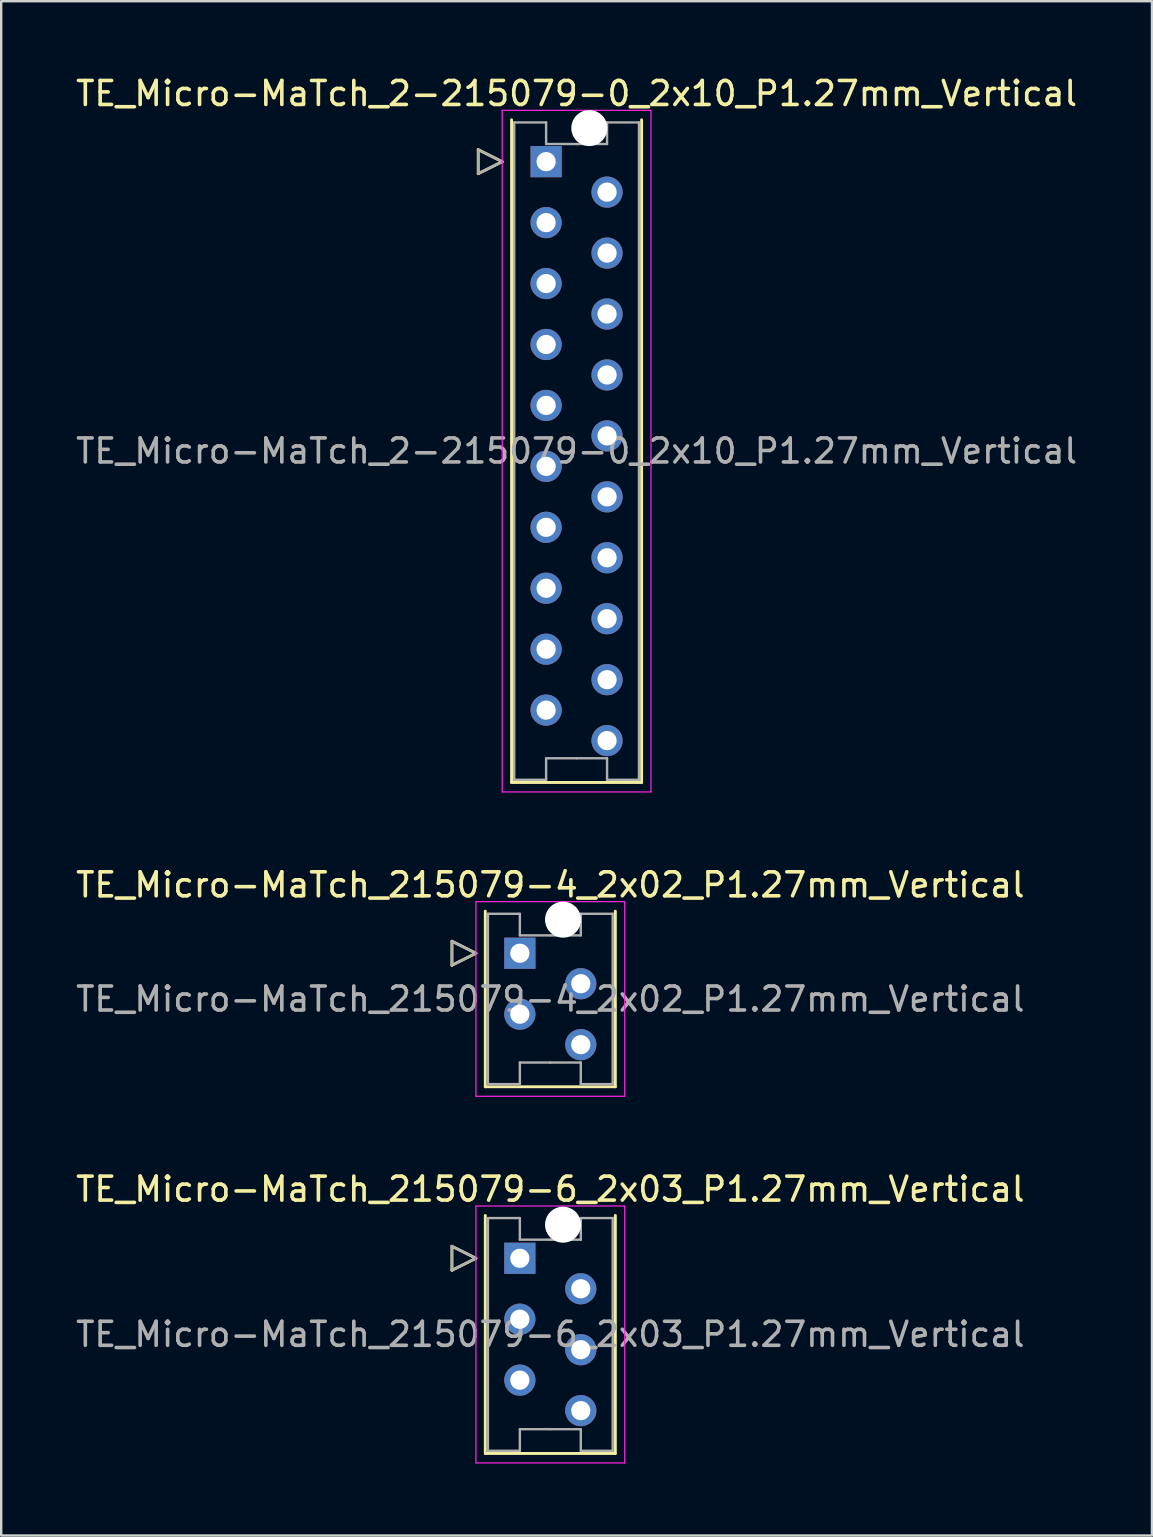
<source format=kicad_pcb>
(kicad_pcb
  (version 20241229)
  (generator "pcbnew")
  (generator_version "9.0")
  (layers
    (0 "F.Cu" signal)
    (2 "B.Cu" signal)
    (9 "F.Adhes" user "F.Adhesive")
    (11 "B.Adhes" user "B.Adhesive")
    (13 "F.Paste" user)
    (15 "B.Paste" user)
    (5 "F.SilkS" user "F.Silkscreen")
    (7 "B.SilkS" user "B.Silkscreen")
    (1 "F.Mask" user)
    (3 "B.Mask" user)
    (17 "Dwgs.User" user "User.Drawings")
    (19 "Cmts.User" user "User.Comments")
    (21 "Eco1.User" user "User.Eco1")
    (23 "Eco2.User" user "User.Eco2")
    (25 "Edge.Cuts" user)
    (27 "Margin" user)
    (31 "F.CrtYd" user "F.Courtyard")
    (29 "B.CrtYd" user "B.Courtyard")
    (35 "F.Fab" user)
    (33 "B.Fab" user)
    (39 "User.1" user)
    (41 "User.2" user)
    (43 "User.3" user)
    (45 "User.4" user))
  (footprint "TE_Micro-MaTch_215079-6_2x03_P1.27mm_Vertical"
    (layer "F.Cu")
    (at 18.617 49.395)
    (property "Reference" "TE_Micro-MaTch_215079-6_2x03_P1.27mm_Vertical" (at 1.27 -2.88 0) (layer "F.SilkS") (effects (font (size 1 1) (thickness 0.15))))
    (attr through_hole)
    (fp_line (start -2.83 -0.5) (end -1.83 0) (stroke (width 0.12) (type solid)) (layer "F.SilkS"))
    (fp_line (start -2.83 0.5) (end -2.83 -0.5) (stroke (width 0.12) (type solid)) (layer "F.SilkS"))
    (fp_line (start -1.83 0) (end -2.83 0.5) (stroke (width 0.12) (type solid)) (layer "F.SilkS"))
    (fp_line (start -1.44 -1.785) (end -1.44 8.135) (stroke (width 0.12) (type solid)) (layer "F.SilkS"))
    (fp_line (start -1.44 8.135) (end 3.98 8.135) (stroke (width 0.12) (type solid)) (layer "F.SilkS"))
    (fp_line (start 3.98 8.135) (end 3.98 -1.785) (stroke (width 0.12) (type solid)) (layer "F.SilkS"))
    (fp_line (start -1.83 -2.18) (end -1.83 8.53) (stroke (width 0.05) (type solid)) (layer "F.CrtYd"))
    (fp_line (start -1.83 8.53) (end 4.37 8.53) (stroke (width 0.05) (type solid)) (layer "F.CrtYd"))
    (fp_line (start 4.37 -2.18) (end -1.83 -2.18) (stroke (width 0.05) (type solid)) (layer "F.CrtYd"))
    (fp_line (start 4.37 8.53) (end 4.37 -2.18) (stroke (width 0.05) (type solid)) (layer "F.CrtYd"))
    (fp_line (start -2.83 -0.5) (end -1.83 0) (stroke (width 0.1) (type solid)) (layer "F.Fab"))
    (fp_line (start -2.83 0.5) (end -2.83 -0.5) (stroke (width 0.1) (type solid)) (layer "F.Fab"))
    (fp_line (start -1.83 0) (end -2.83 0.5) (stroke (width 0.1) (type solid)) (layer "F.Fab"))
    (fp_line (start -1.33 -1.675) (end -1.33 3.175) (stroke (width 0.1) (type solid)) (layer "F.Fab"))
    (fp_line (start -1.33 8.025) (end -1.33 3.175) (stroke (width 0.1) (type solid)) (layer "F.Fab"))
    (fp_line (start 0 -1.675) (end -1.33 -1.675) (stroke (width 0.1) (type solid)) (layer "F.Fab"))
    (fp_line (start 0 -0.775) (end 0 -1.675) (stroke (width 0.1) (type solid)) (layer "F.Fab"))
    (fp_line (start 0 7.125) (end 0 8.025) (stroke (width 0.1) (type solid)) (layer "F.Fab"))
    (fp_line (start 0 8.025) (end -1.33 8.025) (stroke (width 0.1) (type solid)) (layer "F.Fab"))
    (fp_line (start 1.27 -0.775) (end 0 -0.775) (stroke (width 0.1) (type solid)) (layer "F.Fab"))
    (fp_line (start 1.27 -0.775) (end 2.54 -0.775) (stroke (width 0.1) (type solid)) (layer "F.Fab"))
    (fp_line (start 1.27 7.125) (end 0 7.125) (stroke (width 0.1) (type solid)) (layer "F.Fab"))
    (fp_line (start 1.27 7.125) (end 2.54 7.125) (stroke (width 0.1) (type solid)) (layer "F.Fab"))
    (fp_line (start 2.54 -1.675) (end 3.87 -1.675) (stroke (width 0.1) (type solid)) (layer "F.Fab"))
    (fp_line (start 2.54 -0.775) (end 2.54 -1.675) (stroke (width 0.1) (type solid)) (layer "F.Fab"))
    (fp_line (start 2.54 7.125) (end 2.54 8.025) (stroke (width 0.1) (type solid)) (layer "F.Fab"))
    (fp_line (start 2.54 8.025) (end 3.87 8.025) (stroke (width 0.1) (type solid)) (layer "F.Fab"))
    (fp_line (start 3.87 -1.675) (end 3.87 3.175) (stroke (width 0.1) (type solid)) (layer "F.Fab"))
    (fp_line (start 3.87 8.025) (end 3.87 3.175) (stroke (width 0.1) (type solid)) (layer "F.Fab"))
    (fp_text user "${REFERENCE}" (at 1.27 3.17 0) (layer "F.Fab") (effects (font (size 1 1) (thickness 0.15))))
    (pad "" np_thru_hole circle (at 1.8 -1.4) (size 1.5 1.5) (drill 1.5) (layers "*.Cu" "*.Mask"))
    (pad "1" thru_hole rect (at 0 0) (size 1.3 1.3) (drill 0.8) (layers "*.Cu" "*.Mask"))
    (pad "2" thru_hole circle (at 2.54 1.27) (size 1.3 1.3) (drill 0.8) (layers "*.Cu" "*.Mask"))
    (pad "3" thru_hole circle (at 0 2.54) (size 1.3 1.3) (drill 0.8) (layers "*.Cu" "*.Mask"))
    (pad "4" thru_hole circle (at 2.54 3.81) (size 1.3 1.3) (drill 0.8) (layers "*.Cu" "*.Mask"))
    (pad "5" thru_hole circle (at 0 5.08) (size 1.3 1.3) (drill 0.8) (layers "*.Cu" "*.Mask"))
    (pad "6" thru_hole circle (at 2.54 6.35) (size 1.3 1.3) (drill 0.8) (layers "*.Cu" "*.Mask")))
  (footprint "TE_Micro-MaTch_2-215079-0_2x10_P1.27mm_Vertical"
    (layer "F.Cu")
    (at 19.712 3.688)
    (property "Reference" "TE_Micro-MaTch_2-215079-0_2x10_P1.27mm_Vertical" (at 1.27 -2.84 0) (layer "F.SilkS") (effects (font (size 1 1) (thickness 0.15))))
    (attr through_hole)
    (fp_line (start -2.83 -0.5) (end -1.83 0) (stroke (width 0.12) (type solid)) (layer "F.SilkS"))
    (fp_line (start -2.83 0.5) (end -2.83 -0.5) (stroke (width 0.12) (type solid)) (layer "F.SilkS"))
    (fp_line (start -1.83 0) (end -2.83 0.5) (stroke (width 0.12) (type solid)) (layer "F.SilkS"))
    (fp_line (start -1.44 -1.745) (end -1.44 25.875) (stroke (width 0.12) (type solid)) (layer "F.SilkS"))
    (fp_line (start -1.44 25.875) (end 3.98 25.875) (stroke (width 0.12) (type solid)) (layer "F.SilkS"))
    (fp_line (start 3.98 25.875) (end 3.98 -1.745) (stroke (width 0.12) (type solid)) (layer "F.SilkS"))
    (fp_line (start -1.83 -2.14) (end -1.83 26.27) (stroke (width 0.05) (type solid)) (layer "F.CrtYd"))
    (fp_line (start -1.83 26.27) (end 4.37 26.27) (stroke (width 0.05) (type solid)) (layer "F.CrtYd"))
    (fp_line (start 4.37 -2.14) (end -1.83 -2.14) (stroke (width 0.05) (type solid)) (layer "F.CrtYd"))
    (fp_line (start 4.37 26.27) (end 4.37 -2.14) (stroke (width 0.05) (type solid)) (layer "F.CrtYd"))
    (fp_line (start -2.83 -0.5) (end -1.83 0) (stroke (width 0.1) (type solid)) (layer "F.Fab"))
    (fp_line (start -2.83 0.5) (end -2.83 -0.5) (stroke (width 0.1) (type solid)) (layer "F.Fab"))
    (fp_line (start -1.83 0) (end -2.83 0.5) (stroke (width 0.1) (type solid)) (layer "F.Fab"))
    (fp_line (start -1.33 -1.635) (end -1.33 12.065) (stroke (width 0.1) (type solid)) (layer "F.Fab"))
    (fp_line (start -1.33 25.765) (end -1.33 12.065) (stroke (width 0.1) (type solid)) (layer "F.Fab"))
    (fp_line (start 0 -1.635) (end -1.33 -1.635) (stroke (width 0.1) (type solid)) (layer "F.Fab"))
    (fp_line (start 0 -0.735) (end 0 -1.635) (stroke (width 0.1) (type solid)) (layer "F.Fab"))
    (fp_line (start 0 24.865) (end 0 25.765) (stroke (width 0.1) (type solid)) (layer "F.Fab"))
    (fp_line (start 0 25.765) (end -1.33 25.765) (stroke (width 0.1) (type solid)) (layer "F.Fab"))
    (fp_line (start 1.27 -0.735) (end 0 -0.735) (stroke (width 0.1) (type solid)) (layer "F.Fab"))
    (fp_line (start 1.27 -0.735) (end 2.54 -0.735) (stroke (width 0.1) (type solid)) (layer "F.Fab"))
    (fp_line (start 1.27 24.865) (end 0 24.865) (stroke (width 0.1) (type solid)) (layer "F.Fab"))
    (fp_line (start 1.27 24.865) (end 2.54 24.865) (stroke (width 0.1) (type solid)) (layer "F.Fab"))
    (fp_line (start 2.54 -1.635) (end 3.87 -1.635) (stroke (width 0.1) (type solid)) (layer "F.Fab"))
    (fp_line (start 2.54 -0.735) (end 2.54 -1.635) (stroke (width 0.1) (type solid)) (layer "F.Fab"))
    (fp_line (start 2.54 24.865) (end 2.54 25.765) (stroke (width 0.1) (type solid)) (layer "F.Fab"))
    (fp_line (start 2.54 25.765) (end 3.87 25.765) (stroke (width 0.1) (type solid)) (layer "F.Fab"))
    (fp_line (start 3.87 -1.635) (end 3.87 12.065) (stroke (width 0.1) (type solid)) (layer "F.Fab"))
    (fp_line (start 3.87 25.765) (end 3.87 12.065) (stroke (width 0.1) (type solid)) (layer "F.Fab"))
    (fp_text user "${REFERENCE}" (at 1.27 12.06 0) (layer "F.Fab") (effects (font (size 1 1) (thickness 0.15))))
    (pad "" np_thru_hole circle (at 1.8 -1.4) (size 1.5 1.5) (drill 1.5) (layers "*.Cu" "*.Mask"))
    (pad "1" thru_hole rect (at 0 0) (size 1.3 1.3) (drill 0.8) (layers "*.Cu" "*.Mask"))
    (pad "2" thru_hole circle (at 2.54 1.27) (size 1.3 1.3) (drill 0.8) (layers "*.Cu" "*.Mask"))
    (pad "3" thru_hole circle (at 0 2.54) (size 1.3 1.3) (drill 0.8) (layers "*.Cu" "*.Mask"))
    (pad "4" thru_hole circle (at 2.54 3.81) (size 1.3 1.3) (drill 0.8) (layers "*.Cu" "*.Mask"))
    (pad "5" thru_hole circle (at 0 5.08) (size 1.3 1.3) (drill 0.8) (layers "*.Cu" "*.Mask"))
    (pad "6" thru_hole circle (at 2.54 6.35) (size 1.3 1.3) (drill 0.8) (layers "*.Cu" "*.Mask"))
    (pad "7" thru_hole circle (at 0 7.62) (size 1.3 1.3) (drill 0.8) (layers "*.Cu" "*.Mask"))
    (pad "8" thru_hole circle (at 2.54 8.89) (size 1.3 1.3) (drill 0.8) (layers "*.Cu" "*.Mask"))
    (pad "9" thru_hole circle (at 0 10.16) (size 1.3 1.3) (drill 0.8) (layers "*.Cu" "*.Mask"))
    (pad "10" thru_hole circle (at 2.54 11.43) (size 1.3 1.3) (drill 0.8) (layers "*.Cu" "*.Mask"))
    (pad "11" thru_hole circle (at 0 12.7) (size 1.3 1.3) (drill 0.8) (layers "*.Cu" "*.Mask"))
    (pad "12" thru_hole circle (at 2.54 13.97) (size 1.3 1.3) (drill 0.8) (layers "*.Cu" "*.Mask"))
    (pad "13" thru_hole circle (at 0 15.24) (size 1.3 1.3) (drill 0.8) (layers "*.Cu" "*.Mask"))
    (pad "14" thru_hole circle (at 2.54 16.51) (size 1.3 1.3) (drill 0.8) (layers "*.Cu" "*.Mask"))
    (pad "15" thru_hole circle (at 0 17.78) (size 1.3 1.3) (drill 0.8) (layers "*.Cu" "*.Mask"))
    (pad "16" thru_hole circle (at 2.54 19.05) (size 1.3 1.3) (drill 0.8) (layers "*.Cu" "*.Mask"))
    (pad "17" thru_hole circle (at 0 20.32) (size 1.3 1.3) (drill 0.8) (layers "*.Cu" "*.Mask"))
    (pad "18" thru_hole circle (at 2.54 21.59) (size 1.3 1.3) (drill 0.8) (layers "*.Cu" "*.Mask"))
    (pad "19" thru_hole circle (at 0 22.86) (size 1.3 1.3) (drill 0.8) (layers "*.Cu" "*.Mask"))
    (pad "20" thru_hole circle (at 2.54 24.13) (size 1.3 1.3) (drill 0.8) (layers "*.Cu" "*.Mask")))
  (footprint "TE_Micro-MaTch_215079-4_2x02_P1.27mm_Vertical"
    (layer "F.Cu")
    (at 18.617 36.681)
    (property "Reference" "TE_Micro-MaTch_215079-4_2x02_P1.27mm_Vertical" (at 1.27 -2.85 0) (layer "F.SilkS") (effects (font (size 1 1) (thickness 0.15))))
    (attr through_hole)
    (fp_line (start -2.83 -0.5) (end -1.83 0) (stroke (width 0.12) (type solid)) (layer "F.SilkS"))
    (fp_line (start -2.83 0.5) (end -2.83 -0.5) (stroke (width 0.12) (type solid)) (layer "F.SilkS"))
    (fp_line (start -1.83 0) (end -2.83 0.5) (stroke (width 0.12) (type solid)) (layer "F.SilkS"))
    (fp_line (start -1.44 -1.755) (end -1.44 5.565) (stroke (width 0.12) (type solid)) (layer "F.SilkS"))
    (fp_line (start -1.44 5.565) (end 3.98 5.565) (stroke (width 0.12) (type solid)) (layer "F.SilkS"))
    (fp_line (start 3.98 5.565) (end 3.98 -1.755) (stroke (width 0.12) (type solid)) (layer "F.SilkS"))
    (fp_line (start -1.83 -2.15) (end -1.83 5.96) (stroke (width 0.05) (type solid)) (layer "F.CrtYd"))
    (fp_line (start -1.83 5.96) (end 4.37 5.96) (stroke (width 0.05) (type solid)) (layer "F.CrtYd"))
    (fp_line (start 4.37 -2.15) (end -1.83 -2.15) (stroke (width 0.05) (type solid)) (layer "F.CrtYd"))
    (fp_line (start 4.37 5.96) (end 4.37 -2.15) (stroke (width 0.05) (type solid)) (layer "F.CrtYd"))
    (fp_line (start -2.83 -0.5) (end -1.83 0) (stroke (width 0.1) (type solid)) (layer "F.Fab"))
    (fp_line (start -2.83 0.5) (end -2.83 -0.5) (stroke (width 0.1) (type solid)) (layer "F.Fab"))
    (fp_line (start -1.83 0) (end -2.83 0.5) (stroke (width 0.1) (type solid)) (layer "F.Fab"))
    (fp_line (start -1.33 -1.645) (end -1.33 1.905) (stroke (width 0.1) (type solid)) (layer "F.Fab"))
    (fp_line (start -1.33 5.455) (end -1.33 1.905) (stroke (width 0.1) (type solid)) (layer "F.Fab"))
    (fp_line (start 0 -1.645) (end -1.33 -1.645) (stroke (width 0.1) (type solid)) (layer "F.Fab"))
    (fp_line (start 0 -0.745) (end 0 -1.645) (stroke (width 0.1) (type solid)) (layer "F.Fab"))
    (fp_line (start 0 4.555) (end 0 5.455) (stroke (width 0.1) (type solid)) (layer "F.Fab"))
    (fp_line (start 0 5.455) (end -1.33 5.455) (stroke (width 0.1) (type solid)) (layer "F.Fab"))
    (fp_line (start 1.27 -0.745) (end 0 -0.745) (stroke (width 0.1) (type solid)) (layer "F.Fab"))
    (fp_line (start 1.27 -0.745) (end 2.54 -0.745) (stroke (width 0.1) (type solid)) (layer "F.Fab"))
    (fp_line (start 1.27 4.555) (end 0 4.555) (stroke (width 0.1) (type solid)) (layer "F.Fab"))
    (fp_line (start 1.27 4.555) (end 2.54 4.555) (stroke (width 0.1) (type solid)) (layer "F.Fab"))
    (fp_line (start 2.54 -1.645) (end 3.87 -1.645) (stroke (width 0.1) (type solid)) (layer "F.Fab"))
    (fp_line (start 2.54 -0.745) (end 2.54 -1.645) (stroke (width 0.1) (type solid)) (layer "F.Fab"))
    (fp_line (start 2.54 4.555) (end 2.54 5.455) (stroke (width 0.1) (type solid)) (layer "F.Fab"))
    (fp_line (start 2.54 5.455) (end 3.87 5.455) (stroke (width 0.1) (type solid)) (layer "F.Fab"))
    (fp_line (start 3.87 -1.645) (end 3.87 1.905) (stroke (width 0.1) (type solid)) (layer "F.Fab"))
    (fp_line (start 3.87 5.455) (end 3.87 1.905) (stroke (width 0.1) (type solid)) (layer "F.Fab"))
    (fp_text user "${REFERENCE}" (at 1.27 1.91 0) (layer "F.Fab") (effects (font (size 1 1) (thickness 0.15))))
    (pad "" np_thru_hole circle (at 1.8 -1.4) (size 1.5 1.5) (drill 1.5) (layers "*.Cu" "*.Mask"))
    (pad "1" thru_hole rect (at 0 0) (size 1.3 1.3) (drill 0.8) (layers "*.Cu" "*.Mask"))
    (pad "2" thru_hole circle (at 2.54 1.27) (size 1.3 1.3) (drill 0.8) (layers "*.Cu" "*.Mask"))
    (pad "3" thru_hole circle (at 0 2.54) (size 1.3 1.3) (drill 0.8) (layers "*.Cu" "*.Mask"))
    (pad "4" thru_hole circle (at 2.54 3.81) (size 1.3 1.3) (drill 0.8) (layers "*.Cu" "*.Mask")))
  (gr_rect
    (start -3 -3)
    (end 44.964 60.95)
    (stroke (width 0.1) (type default))
    (fill no)
    (layer "Edge.Cuts")))
</source>
